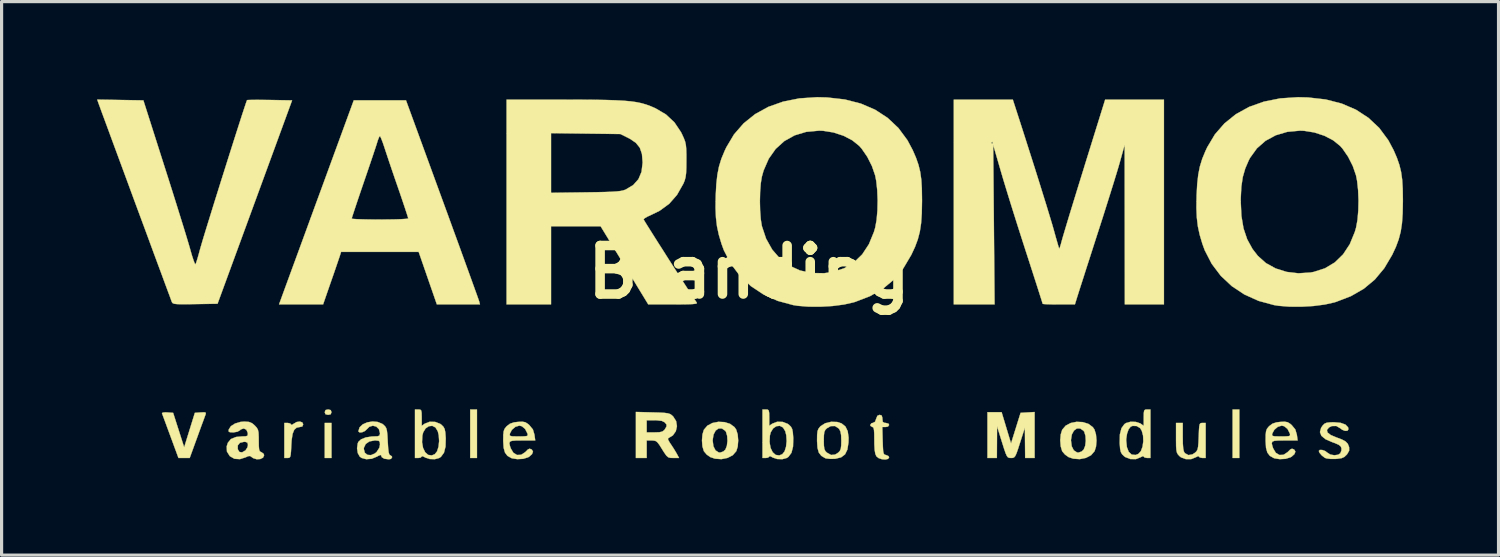
<source format=kicad_pcb>
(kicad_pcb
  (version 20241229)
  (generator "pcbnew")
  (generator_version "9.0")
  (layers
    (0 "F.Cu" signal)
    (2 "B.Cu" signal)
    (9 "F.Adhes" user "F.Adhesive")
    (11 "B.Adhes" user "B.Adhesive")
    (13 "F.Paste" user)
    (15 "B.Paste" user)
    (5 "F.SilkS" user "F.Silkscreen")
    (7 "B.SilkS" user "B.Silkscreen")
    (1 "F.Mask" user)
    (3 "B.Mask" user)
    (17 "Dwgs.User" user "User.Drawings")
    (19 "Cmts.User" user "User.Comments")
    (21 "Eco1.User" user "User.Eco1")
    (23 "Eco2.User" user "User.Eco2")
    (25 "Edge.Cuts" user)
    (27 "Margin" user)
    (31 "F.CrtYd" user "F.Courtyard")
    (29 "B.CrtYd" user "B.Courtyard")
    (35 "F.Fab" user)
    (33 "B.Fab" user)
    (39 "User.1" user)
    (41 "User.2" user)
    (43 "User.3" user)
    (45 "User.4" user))
  (footprint "Branding"
    (layer "F.Cu")
    (at 20.491 5.501)
    (property "Reference" "Branding" (at 0 0 0) (layer "F.SilkS") (effects (font (size 1.524 1.524) (thickness 0.3))))
    (attr through_hole)
    (fp_poly (pts (xy -13.123 5.842) (xy -13.335 5.842) (xy -13.335 4.741) (xy -13.123 4.741) (xy -13.123 5.842)) (stroke (width 0.01) (type solid)) (fill yes) (layer "F.SilkS"))
    (fp_poly (pts (xy -8.551 5.842) (xy -8.763 5.842) (xy -8.763 4.318) (xy -8.551 4.318) (xy -8.551 5.842)) (stroke (width 0.01) (type solid)) (fill yes) (layer "F.SilkS"))
    (fp_poly (pts (xy 15.409 5.842) (xy 15.198 5.842) (xy 15.198 4.318) (xy 15.409 4.318) (xy 15.409 5.842)) (stroke (width 0.01) (type solid)) (fill yes) (layer "F.SilkS"))
    (fp_poly (pts (xy -13.146 4.338) (xy -13.123 4.403) (xy -13.148 4.469) (xy -13.229 4.487) (xy -13.312 4.467) (xy -13.335 4.403) (xy -13.31 4.336) (xy -13.229 4.318) (xy -13.146 4.338)) (stroke (width 0.01) (type solid)) (fill yes) (layer "F.SilkS"))
    (fp_poly (pts (xy -17.074 4.42) (xy -17.075 4.46) (xy -17.08 4.474) (xy -17.104 4.539) (xy -17.151 4.668) (xy -17.217 4.845) (xy -17.293 5.056) (xy -17.344 5.196) (xy -17.579 5.842) (xy -17.932 5.842) (xy -18.184 5.158) (xy -18.268 4.931) (xy -18.341 4.732) (xy -18.4 4.573) (xy -18.438 4.47) (xy -18.451 4.436) (xy -18.423 4.415) (xy -18.335 4.408) (xy -18.283 4.411) (xy -18.1 4.424) (xy -17.753 5.507) (xy -17.417 4.424) (xy -17.233 4.411) (xy -17.121 4.406) (xy -17.074 4.42)) (stroke (width 0.01) (type solid)) (fill yes) (layer "F.SilkS"))
    (fp_poly (pts (xy -14.039 4.725) (xy -14.012 4.784) (xy -14.039 4.852) (xy -14.112 4.868) (xy -14.218 4.889) (xy -14.294 4.957) (xy -14.345 5.083) (xy -14.375 5.277) (xy -14.386 5.442) (xy -14.395 5.628) (xy -14.406 5.745) (xy -14.423 5.809) (xy -14.451 5.836) (xy -14.495 5.842) (xy -14.504 5.842) (xy -14.605 5.842) (xy -14.605 4.741) (xy -14.499 4.741) (xy -14.42 4.758) (xy -14.393 4.79) (xy -14.369 4.805) (xy -14.316 4.769) (xy -14.218 4.712) (xy -14.117 4.698) (xy -14.039 4.725)) (stroke (width 0.01) (type solid)) (fill yes) (layer "F.SilkS"))
    (fp_poly (pts (xy 8.975 5.842) (xy 8.678 5.842) (xy 8.669 4.889) (xy 8.516 5.366) (xy 8.451 5.568) (xy 8.403 5.703) (xy 8.365 5.784) (xy 8.328 5.825) (xy 8.284 5.84) (xy 8.235 5.842) (xy 8.18 5.839) (xy 8.138 5.823) (xy 8.102 5.778) (xy 8.064 5.694) (xy 8.016 5.555) (xy 7.951 5.348) (xy 7.95 5.345) (xy 7.795 4.847) (xy 7.789 5.842) (xy 7.493 5.842) (xy 7.493 4.403) (xy 7.715 4.403) (xy 7.938 4.403) (xy 8.086 4.894) (xy 8.234 5.385) (xy 8.384 4.905) (xy 8.534 4.424) (xy 8.754 4.411) (xy 8.975 4.398) (xy 8.975 5.842)) (stroke (width 0.01) (type solid)) (fill yes) (layer "F.SilkS"))
    (fp_poly (pts (xy 13.631 5.183) (xy 13.634 5.397) (xy 13.645 5.542) (xy 13.664 5.634) (xy 13.695 5.688) (xy 13.698 5.691) (xy 13.809 5.752) (xy 13.935 5.73) (xy 14.018 5.676) (xy 14.064 5.632) (xy 14.095 5.576) (xy 14.113 5.49) (xy 14.125 5.354) (xy 14.133 5.168) (xy 14.14 4.975) (xy 14.149 4.851) (xy 14.164 4.781) (xy 14.189 4.75) (xy 14.229 4.742) (xy 14.249 4.741) (xy 14.351 4.741) (xy 14.351 5.842) (xy 14.245 5.842) (xy 14.166 5.827) (xy 14.139 5.797) (xy 14.111 5.785) (xy 14.045 5.818) (xy 13.896 5.878) (xy 13.727 5.878) (xy 13.575 5.822) (xy 13.524 5.78) (xy 13.478 5.729) (xy 13.448 5.673) (xy 13.431 5.594) (xy 13.422 5.474) (xy 13.42 5.293) (xy 13.42 5.209) (xy 13.42 4.741) (xy 13.631 4.741) (xy 13.631 5.183)) (stroke (width 0.01) (type solid)) (fill yes) (layer "F.SilkS"))
    (fp_poly (pts (xy -0.772 4.715) (xy -0.596 4.77) (xy -0.457 4.873) (xy -0.405 4.948) (xy -0.357 5.102) (xy -0.341 5.293) (xy -0.356 5.483) (xy -0.4 5.627) (xy -0.511 5.755) (xy -0.675 5.84) (xy -0.869 5.879) (xy -1.071 5.864) (xy -1.219 5.814) (xy -1.333 5.733) (xy -1.417 5.632) (xy -1.42 5.626) (xy -1.465 5.478) (xy -1.479 5.292) (xy -1.143 5.292) (xy -1.12 5.474) (xy -1.054 5.603) (xy -0.953 5.668) (xy -0.91 5.673) (xy -0.809 5.639) (xy -0.743 5.579) (xy -0.697 5.462) (xy -0.678 5.307) (xy -0.687 5.15) (xy -0.724 5.023) (xy -0.747 4.988) (xy -0.854 4.914) (xy -0.959 4.916) (xy -1.05 4.982) (xy -1.115 5.105) (xy -1.143 5.274) (xy -1.143 5.292) (xy -1.479 5.292) (xy -1.479 5.291) (xy -1.464 5.104) (xy -1.42 4.957) (xy -1.31 4.827) (xy -1.151 4.743) (xy -0.964 4.706) (xy -0.772 4.715)) (stroke (width 0.01) (type solid)) (fill yes) (layer "F.SilkS"))
    (fp_poly (pts (xy 4.168 4.507) (xy 4.19 4.58) (xy 4.191 4.614) (xy 4.202 4.705) (xy 4.251 4.738) (xy 4.297 4.741) (xy 4.382 4.763) (xy 4.403 4.805) (xy 4.366 4.856) (xy 4.295 4.868) (xy 4.188 4.868) (xy 4.2 5.302) (xy 4.207 5.498) (xy 4.215 5.624) (xy 4.23 5.698) (xy 4.255 5.734) (xy 4.294 5.748) (xy 4.307 5.75) (xy 4.382 5.783) (xy 4.403 5.824) (xy 4.368 5.872) (xy 4.283 5.89) (xy 4.175 5.881) (xy 4.072 5.846) (xy 4.003 5.79) (xy 3.969 5.713) (xy 3.948 5.59) (xy 3.938 5.407) (xy 3.937 5.282) (xy 3.935 5.087) (xy 3.927 4.963) (xy 3.911 4.895) (xy 3.885 4.87) (xy 3.873 4.868) (xy 3.817 4.834) (xy 3.81 4.805) (xy 3.845 4.752) (xy 3.889 4.741) (xy 3.959 4.706) (xy 3.994 4.614) (xy 4.033 4.517) (xy 4.105 4.487) (xy 4.105 4.487) (xy 4.168 4.507)) (stroke (width 0.01) (type solid)) (fill yes) (layer "F.SilkS"))
    (fp_poly (pts (xy 10.488 4.715) (xy 10.665 4.77) (xy 10.804 4.873) (xy 10.856 4.948) (xy 10.903 5.102) (xy 10.92 5.293) (xy 10.905 5.483) (xy 10.86 5.627) (xy 10.75 5.755) (xy 10.586 5.84) (xy 10.392 5.879) (xy 10.189 5.864) (xy 10.041 5.814) (xy 9.928 5.733) (xy 9.843 5.632) (xy 9.84 5.626) (xy 9.796 5.478) (xy 9.781 5.292) (xy 10.118 5.292) (xy 10.141 5.474) (xy 10.207 5.603) (xy 10.308 5.668) (xy 10.351 5.673) (xy 10.452 5.639) (xy 10.517 5.579) (xy 10.564 5.462) (xy 10.583 5.307) (xy 10.574 5.15) (xy 10.537 5.023) (xy 10.513 4.988) (xy 10.407 4.914) (xy 10.302 4.916) (xy 10.211 4.982) (xy 10.145 5.105) (xy 10.118 5.274) (xy 10.118 5.292) (xy 9.781 5.292) (xy 9.781 5.291) (xy 9.796 5.104) (xy 9.841 4.957) (xy 9.951 4.827) (xy 10.11 4.743) (xy 10.296 4.706) (xy 10.488 4.715)) (stroke (width 0.01) (type solid)) (fill yes) (layer "F.SilkS"))
    (fp_poly (pts (xy -10.334 4.323) (xy -10.303 4.352) (xy -10.29 4.425) (xy -10.287 4.561) (xy -10.287 4.574) (xy -10.287 4.831) (xy -10.193 4.765) (xy -10.041 4.706) (xy -9.868 4.708) (xy -9.708 4.769) (xy -9.666 4.8) (xy -9.604 4.862) (xy -9.567 4.932) (xy -9.546 5.034) (xy -9.534 5.193) (xy -9.532 5.217) (xy -9.539 5.482) (xy -9.588 5.677) (xy -9.683 5.806) (xy -9.734 5.841) (xy -9.875 5.88) (xy -10.038 5.875) (xy -10.178 5.828) (xy -10.193 5.818) (xy -10.261 5.784) (xy -10.287 5.797) (xy -10.323 5.831) (xy -10.393 5.842) (xy -10.499 5.842) (xy -10.499 5.348) (xy -10.277 5.348) (xy -10.245 5.527) (xy -10.179 5.662) (xy -10.086 5.745) (xy -9.973 5.762) (xy -9.877 5.724) (xy -9.805 5.635) (xy -9.759 5.489) (xy -9.74 5.311) (xy -9.752 5.127) (xy -9.783 5.001) (xy -9.856 4.883) (xy -9.955 4.832) (xy -10.064 4.844) (xy -10.165 4.913) (xy -10.24 5.035) (xy -10.267 5.139) (xy -10.277 5.348) (xy -10.499 5.348) (xy -10.499 4.318) (xy -10.393 4.318) (xy -10.334 4.323)) (stroke (width 0.01) (type solid)) (fill yes) (layer "F.SilkS"))
    (fp_poly (pts (xy -3.028 4.41) (xy -2.807 4.416) (xy -2.654 4.425) (xy -2.552 4.439) (xy -2.483 4.461) (xy -2.43 4.496) (xy -2.383 4.54) (xy -2.292 4.683) (xy -2.266 4.844) (xy -2.301 5.001) (xy -2.393 5.132) (xy -2.507 5.202) (xy -2.545 5.225) (xy -2.544 5.267) (xy -2.5 5.347) (xy -2.452 5.419) (xy -2.365 5.552) (xy -2.289 5.677) (xy -2.262 5.726) (xy -2.199 5.842) (xy -2.381 5.842) (xy -2.476 5.839) (xy -2.542 5.819) (xy -2.6 5.767) (xy -2.669 5.668) (xy -2.732 5.567) (xy -2.82 5.427) (xy -2.885 5.345) (xy -2.944 5.305) (xy -3.015 5.293) (xy -3.059 5.292) (xy -3.217 5.292) (xy -3.217 5.842) (xy -3.556 5.842) (xy -3.556 4.657) (xy -3.217 4.657) (xy -3.217 5.038) (xy -2.966 5.038) (xy -2.816 5.033) (xy -2.726 5.012) (xy -2.668 4.969) (xy -2.648 4.944) (xy -2.594 4.853) (xy -2.594 4.791) (xy -2.649 4.723) (xy -2.741 4.677) (xy -2.903 4.658) (xy -2.966 4.657) (xy -3.217 4.657) (xy -3.556 4.657) (xy -3.556 4.396) (xy -3.028 4.41)) (stroke (width 0.01) (type solid)) (fill yes) (layer "F.SilkS"))
    (fp_poly (pts (xy 0.588 4.323) (xy 0.619 4.352) (xy 0.632 4.425) (xy 0.635 4.561) (xy 0.635 4.574) (xy 0.635 4.831) (xy 0.729 4.765) (xy 0.881 4.706) (xy 1.054 4.708) (xy 1.214 4.769) (xy 1.256 4.8) (xy 1.318 4.862) (xy 1.355 4.932) (xy 1.376 5.034) (xy 1.388 5.193) (xy 1.39 5.217) (xy 1.383 5.482) (xy 1.334 5.677) (xy 1.239 5.806) (xy 1.188 5.841) (xy 1.047 5.88) (xy 0.884 5.875) (xy 0.744 5.828) (xy 0.729 5.818) (xy 0.661 5.784) (xy 0.635 5.797) (xy 0.599 5.831) (xy 0.529 5.842) (xy 0.423 5.842) (xy 0.423 5.348) (xy 0.645 5.348) (xy 0.677 5.527) (xy 0.743 5.662) (xy 0.836 5.745) (xy 0.949 5.762) (xy 1.045 5.724) (xy 1.117 5.635) (xy 1.163 5.489) (xy 1.182 5.311) (xy 1.17 5.127) (xy 1.139 5.001) (xy 1.066 4.883) (xy 0.967 4.832) (xy 0.858 4.844) (xy 0.757 4.913) (xy 0.682 5.035) (xy 0.655 5.139) (xy 0.645 5.348) (xy 0.423 5.348) (xy 0.423 4.318) (xy 0.529 4.318) (xy 0.588 4.323)) (stroke (width 0.01) (type solid)) (fill yes) (layer "F.SilkS"))
    (fp_poly (pts (xy 2.77 4.711) (xy 2.908 4.756) (xy 3.029 4.853) (xy 3.101 5) (xy 3.129 5.205) (xy 3.125 5.356) (xy 3.091 5.577) (xy 3.017 5.729) (xy 2.894 5.822) (xy 2.715 5.866) (xy 2.681 5.869) (xy 2.541 5.87) (xy 2.425 5.857) (xy 2.392 5.847) (xy 2.271 5.774) (xy 2.193 5.673) (xy 2.152 5.526) (xy 2.138 5.316) (xy 2.138 5.292) (xy 2.349 5.292) (xy 2.353 5.456) (xy 2.367 5.559) (xy 2.397 5.625) (xy 2.449 5.676) (xy 2.579 5.748) (xy 2.702 5.737) (xy 2.8 5.677) (xy 2.853 5.623) (xy 2.883 5.554) (xy 2.897 5.447) (xy 2.9 5.3) (xy 2.894 5.125) (xy 2.873 5.01) (xy 2.833 4.932) (xy 2.819 4.915) (xy 2.701 4.838) (xy 2.567 4.841) (xy 2.449 4.907) (xy 2.396 4.96) (xy 2.366 5.026) (xy 2.353 5.13) (xy 2.349 5.292) (xy 2.138 5.292) (xy 2.138 5.288) (xy 2.14 5.116) (xy 2.152 5.004) (xy 2.179 4.929) (xy 2.228 4.866) (xy 2.25 4.842) (xy 2.394 4.751) (xy 2.579 4.706) (xy 2.77 4.711)) (stroke (width 0.01) (type solid)) (fill yes) (layer "F.SilkS"))
    (fp_poly (pts (xy 12.615 5.842) (xy 12.509 5.842) (xy 12.43 5.827) (xy 12.404 5.797) (xy 12.375 5.785) (xy 12.31 5.818) (xy 12.158 5.878) (xy 11.985 5.876) (xy 11.825 5.814) (xy 11.783 5.783) (xy 11.721 5.721) (xy 11.683 5.652) (xy 11.662 5.55) (xy 11.65 5.391) (xy 11.649 5.366) (xy 11.651 5.292) (xy 11.853 5.292) (xy 11.875 5.502) (xy 11.934 5.652) (xy 12.027 5.736) (xy 12.147 5.748) (xy 12.234 5.715) (xy 12.314 5.629) (xy 12.367 5.488) (xy 12.391 5.317) (xy 12.384 5.142) (xy 12.343 4.988) (xy 12.291 4.903) (xy 12.182 4.838) (xy 12.055 4.834) (xy 11.994 4.859) (xy 11.929 4.941) (xy 11.88 5.078) (xy 11.855 5.243) (xy 11.853 5.292) (xy 11.651 5.292) (xy 11.655 5.101) (xy 11.705 4.906) (xy 11.799 4.777) (xy 11.851 4.743) (xy 11.992 4.704) (xy 12.155 4.709) (xy 12.295 4.755) (xy 12.31 4.765) (xy 12.404 4.831) (xy 12.404 4.574) (xy 12.406 4.433) (xy 12.418 4.356) (xy 12.448 4.324) (xy 12.504 4.318) (xy 12.509 4.318) (xy 12.615 4.318) (xy 12.615 5.842)) (stroke (width 0.01) (type solid)) (fill yes) (layer "F.SilkS"))
    (fp_poly (pts (xy 18.595 4.739) (xy 18.744 4.793) (xy 18.826 4.878) (xy 18.838 4.938) (xy 18.807 4.986) (xy 18.732 4.99) (xy 18.641 4.955) (xy 18.584 4.911) (xy 18.458 4.837) (xy 18.316 4.839) (xy 18.228 4.882) (xy 18.162 4.961) (xy 18.18 5.041) (xy 18.28 5.12) (xy 18.454 5.194) (xy 18.634 5.262) (xy 18.749 5.325) (xy 18.817 5.396) (xy 18.855 5.49) (xy 18.86 5.508) (xy 18.86 5.614) (xy 18.797 5.723) (xy 18.784 5.738) (xy 18.71 5.809) (xy 18.623 5.848) (xy 18.493 5.867) (xy 18.432 5.872) (xy 18.277 5.872) (xy 18.15 5.856) (xy 18.098 5.838) (xy 18.001 5.764) (xy 17.929 5.679) (xy 17.907 5.622) (xy 17.939 5.589) (xy 18.015 5.591) (xy 18.103 5.622) (xy 18.172 5.673) (xy 18.268 5.734) (xy 18.395 5.757) (xy 18.516 5.74) (xy 18.582 5.696) (xy 18.618 5.607) (xy 18.619 5.537) (xy 18.595 5.478) (xy 18.531 5.427) (xy 18.408 5.373) (xy 18.331 5.346) (xy 18.118 5.253) (xy 17.989 5.147) (xy 17.943 5.028) (xy 17.979 4.895) (xy 18.03 4.82) (xy 18.087 4.764) (xy 18.159 4.734) (xy 18.274 4.722) (xy 18.386 4.72) (xy 18.595 4.739)) (stroke (width 0.01) (type solid)) (fill yes) (layer "F.SilkS"))
    (fp_poly (pts (xy -7.033 4.719) (xy -6.951 4.77) (xy -6.904 4.811) (xy -6.793 4.946) (xy -6.744 5.112) (xy -6.72 5.292) (xy -7.128 5.292) (xy -7.326 5.293) (xy -7.451 5.303) (xy -7.516 5.331) (xy -7.532 5.383) (xy -7.513 5.47) (xy -7.489 5.54) (xy -7.407 5.679) (xy -7.293 5.748) (xy -7.163 5.743) (xy -7.034 5.659) (xy -7.027 5.652) (xy -6.949 5.574) (xy -6.896 5.551) (xy -6.84 5.572) (xy -6.825 5.581) (xy -6.79 5.642) (xy -6.821 5.722) (xy -6.909 5.801) (xy -6.946 5.822) (xy -7.099 5.869) (xy -7.282 5.879) (xy -7.448 5.853) (xy -7.472 5.844) (xy -7.593 5.775) (xy -7.67 5.673) (xy -7.712 5.524) (xy -7.726 5.311) (xy -7.726 5.288) (xy -7.723 5.119) (xy -7.523 5.119) (xy -7.506 5.147) (xy -7.446 5.161) (xy -7.326 5.164) (xy -7.239 5.165) (xy -7.083 5.163) (xy -6.995 5.155) (xy -6.959 5.135) (xy -6.958 5.097) (xy -6.966 5.069) (xy -7.038 4.929) (xy -7.142 4.844) (xy -7.22 4.826) (xy -7.344 4.863) (xy -7.453 4.957) (xy -7.513 5.069) (xy -7.523 5.119) (xy -7.723 5.119) (xy -7.723 5.116) (xy -7.712 5.005) (xy -7.684 4.929) (xy -7.636 4.866) (xy -7.612 4.841) (xy -7.512 4.765) (xy -7.385 4.723) (xy -7.269 4.709) (xy -7.127 4.702) (xy -7.033 4.719)) (stroke (width 0.01) (type solid)) (fill yes) (layer "F.SilkS"))
    (fp_poly (pts (xy 16.927 4.719) (xy 17.01 4.77) (xy 17.057 4.811) (xy 17.168 4.946) (xy 17.217 5.112) (xy 17.241 5.292) (xy 16.833 5.292) (xy 16.635 5.293) (xy 16.51 5.303) (xy 16.445 5.331) (xy 16.428 5.383) (xy 16.448 5.47) (xy 16.472 5.54) (xy 16.554 5.679) (xy 16.668 5.748) (xy 16.798 5.743) (xy 16.926 5.659) (xy 16.933 5.652) (xy 17.012 5.574) (xy 17.065 5.551) (xy 17.12 5.572) (xy 17.136 5.581) (xy 17.171 5.642) (xy 17.14 5.722) (xy 17.052 5.801) (xy 17.015 5.822) (xy 16.862 5.869) (xy 16.679 5.879) (xy 16.513 5.853) (xy 16.489 5.844) (xy 16.368 5.775) (xy 16.29 5.673) (xy 16.248 5.524) (xy 16.235 5.311) (xy 16.235 5.288) (xy 16.237 5.119) (xy 16.437 5.119) (xy 16.454 5.147) (xy 16.515 5.161) (xy 16.635 5.164) (xy 16.722 5.165) (xy 16.878 5.163) (xy 16.966 5.155) (xy 17.002 5.135) (xy 17.002 5.097) (xy 16.995 5.069) (xy 16.923 4.929) (xy 16.819 4.844) (xy 16.741 4.826) (xy 16.617 4.863) (xy 16.508 4.957) (xy 16.447 5.069) (xy 16.437 5.119) (xy 16.237 5.119) (xy 16.237 5.116) (xy 16.249 5.005) (xy 16.276 4.929) (xy 16.325 4.866) (xy 16.349 4.841) (xy 16.449 4.765) (xy 16.576 4.723) (xy 16.692 4.709) (xy 16.833 4.702) (xy 16.927 4.719)) (stroke (width 0.01) (type solid)) (fill yes) (layer "F.SilkS"))
    (fp_poly (pts (xy -15.718 4.709) (xy -15.617 4.751) (xy -15.533 4.823) (xy -15.472 4.89) (xy -15.435 4.956) (xy -15.416 5.044) (xy -15.41 5.179) (xy -15.409 5.292) (xy -15.407 5.465) (xy -15.398 5.571) (xy -15.379 5.628) (xy -15.344 5.654) (xy -15.325 5.66) (xy -15.256 5.71) (xy -15.24 5.758) (xy -15.275 5.833) (xy -15.363 5.876) (xy -15.475 5.882) (xy -15.585 5.847) (xy -15.622 5.82) (xy -15.681 5.78) (xy -15.744 5.786) (xy -15.816 5.82) (xy -16 5.879) (xy -16.173 5.868) (xy -16.316 5.786) (xy -16.321 5.78) (xy -16.409 5.64) (xy -16.412 5.566) (xy -16.069 5.566) (xy -16.018 5.653) (xy -15.933 5.666) (xy -15.828 5.605) (xy -15.825 5.603) (xy -15.764 5.508) (xy -15.748 5.433) (xy -15.764 5.361) (xy -15.828 5.336) (xy -15.87 5.334) (xy -15.999 5.364) (xy -16.068 5.447) (xy -16.069 5.566) (xy -16.412 5.566) (xy -16.416 5.476) (xy -16.378 5.362) (xy -16.283 5.247) (xy -16.122 5.182) (xy -15.934 5.165) (xy -15.817 5.161) (xy -15.763 5.142) (xy -15.752 5.092) (xy -15.756 5.048) (xy -15.799 4.953) (xy -15.88 4.915) (xy -15.971 4.944) (xy -16 4.972) (xy -16.082 5.018) (xy -16.208 5.038) (xy -16.215 5.038) (xy -16.318 5.032) (xy -16.357 5.007) (xy -16.352 4.949) (xy -16.284 4.843) (xy -16.154 4.76) (xy -15.983 4.709) (xy -15.861 4.699) (xy -15.718 4.709)) (stroke (width 0.01) (type solid)) (fill yes) (layer "F.SilkS"))
    (fp_poly (pts (xy -11.671 4.71) (xy -11.525 4.77) (xy -11.49 4.797) (xy -11.438 4.848) (xy -11.403 4.904) (xy -11.381 4.985) (xy -11.367 5.11) (xy -11.356 5.299) (xy -11.355 5.326) (xy -11.342 5.533) (xy -11.326 5.666) (xy -11.304 5.737) (xy -11.276 5.757) (xy -11.225 5.791) (xy -11.218 5.821) (xy -11.255 5.872) (xy -11.321 5.884) (xy -11.463 5.866) (xy -11.544 5.816) (xy -11.557 5.775) (xy -11.575 5.746) (xy -11.636 5.767) (xy -11.695 5.8) (xy -11.859 5.867) (xy -12.029 5.881) (xy -12.175 5.842) (xy -12.234 5.8) (xy -12.297 5.687) (xy -12.316 5.558) (xy -12.107 5.558) (xy -12.076 5.677) (xy -11.994 5.744) (xy -11.882 5.753) (xy -11.758 5.7) (xy -11.703 5.653) (xy -11.618 5.52) (xy -11.599 5.421) (xy -11.606 5.338) (xy -11.642 5.301) (xy -11.731 5.292) (xy -11.769 5.292) (xy -11.931 5.322) (xy -12.048 5.403) (xy -12.105 5.523) (xy -12.107 5.558) (xy -12.316 5.558) (xy -12.319 5.536) (xy -12.299 5.387) (xy -12.278 5.336) (xy -12.191 5.255) (xy -12.042 5.196) (xy -11.851 5.167) (xy -11.784 5.165) (xy -11.668 5.16) (xy -11.615 5.137) (xy -11.6 5.082) (xy -11.599 5.062) (xy -11.632 4.937) (xy -11.715 4.856) (xy -11.824 4.828) (xy -11.934 4.861) (xy -12.005 4.932) (xy -12.072 4.995) (xy -12.159 5.034) (xy -12.236 5.041) (xy -12.276 5.009) (xy -12.277 4.999) (xy -12.239 4.879) (xy -12.139 4.785) (xy -11.998 4.723) (xy -11.835 4.696) (xy -11.671 4.71)) (stroke (width 0.01) (type solid)) (fill yes) (layer "F.SilkS"))
    (fp_poly (pts (xy -19.761 -5.409) (xy -19.035 -5.397) (xy -18.367 -3.302) (xy -18.232 -2.879) (xy -18.101 -2.465) (xy -17.977 -2.069) (xy -17.863 -1.703) (xy -17.761 -1.375) (xy -17.676 -1.096) (xy -17.61 -0.876) (xy -17.566 -0.725) (xy -17.562 -0.709) (xy -17.508 -0.521) (xy -17.459 -0.371) (xy -17.421 -0.273) (xy -17.399 -0.242) (xy -17.398 -0.243) (xy -17.376 -0.295) (xy -17.339 -0.411) (xy -17.293 -0.572) (xy -17.253 -0.72) (xy -17.222 -0.828) (xy -17.171 -1.001) (xy -17.102 -1.229) (xy -17.017 -1.505) (xy -16.92 -1.818) (xy -16.814 -2.161) (xy -16.7 -2.525) (xy -16.582 -2.901) (xy -16.462 -3.281) (xy -16.344 -3.655) (xy -16.23 -4.014) (xy -16.123 -4.351) (xy -16.025 -4.656) (xy -15.94 -4.921) (xy -15.869 -5.137) (xy -15.817 -5.294) (xy -15.785 -5.385) (xy -15.776 -5.405) (xy -15.731 -5.409) (xy -15.615 -5.412) (xy -15.443 -5.413) (xy -15.23 -5.411) (xy -15.06 -5.409) (xy -14.361 -5.397) (xy -15.532 -2.201) (xy -16.704 0.995) (xy -17.406 1.006) (xy -17.667 1.01) (xy -17.855 1.01) (xy -17.983 1.006) (xy -18.064 0.996) (xy -18.11 0.979) (xy -18.133 0.954) (xy -18.138 0.943) (xy -18.158 0.891) (xy -18.203 0.768) (xy -18.273 0.58) (xy -18.364 0.335) (xy -18.472 0.041) (xy -18.597 -0.295) (xy -18.734 -0.665) (xy -18.88 -1.063) (xy -19.034 -1.48) (xy -19.193 -1.908) (xy -19.353 -2.341) (xy -19.511 -2.771) (xy -19.666 -3.191) (xy -19.814 -3.592) (xy -19.953 -3.968) (xy -20.079 -4.31) (xy -20.19 -4.612) (xy -20.284 -4.866) (xy -20.357 -5.064) (xy -20.406 -5.199) (xy -20.429 -5.261) (xy -20.486 -5.421) (xy -19.761 -5.409)) (stroke (width 0.01) (type solid)) (fill yes) (layer "F.SilkS"))
    (fp_poly (pts (xy -9.644 -2.286) (xy -9.464 -1.794) (xy -9.293 -1.323) (xy -9.131 -0.88) (xy -8.983 -0.471) (xy -8.849 -0.102) (xy -8.733 0.219) (xy -8.636 0.488) (xy -8.56 0.698) (xy -8.509 0.842) (xy -8.484 0.915) (xy -8.482 0.921) (xy -8.457 1.016) (xy -9.811 1.016) (xy -10.097 0.191) (xy -10.383 -0.635) (xy -12.821 -0.635) (xy -12.851 -0.54) (xy -12.874 -0.47) (xy -12.92 -0.335) (xy -12.983 -0.15) (xy -13.059 0.071) (xy -13.134 0.286) (xy -13.387 1.016) (xy -14.771 1.016) (xy -14.644 0.667) (xy -14.608 0.569) (xy -14.546 0.399) (xy -14.46 0.164) (xy -14.353 -0.128) (xy -14.227 -0.471) (xy -14.086 -0.856) (xy -13.932 -1.276) (xy -13.784 -1.681) (xy -12.488 -1.681) (xy -12.448 -1.672) (xy -12.335 -1.664) (xy -12.163 -1.658) (xy -11.943 -1.653) (xy -11.688 -1.651) (xy -11.599 -1.651) (xy -11.335 -1.653) (xy -11.102 -1.657) (xy -10.913 -1.664) (xy -10.78 -1.673) (xy -10.715 -1.683) (xy -10.71 -1.686) (xy -10.724 -1.735) (xy -10.761 -1.851) (xy -10.818 -2.024) (xy -10.891 -2.242) (xy -10.976 -2.492) (xy -11.023 -2.628) (xy -11.123 -2.917) (xy -11.221 -3.204) (xy -11.311 -3.47) (xy -11.387 -3.699) (xy -11.444 -3.87) (xy -11.455 -3.905) (xy -11.51 -4.067) (xy -11.558 -4.193) (xy -11.592 -4.265) (xy -11.601 -4.276) (xy -11.628 -4.239) (xy -11.665 -4.147) (xy -11.681 -4.096) (xy -11.708 -4.008) (xy -11.759 -3.853) (xy -11.829 -3.643) (xy -11.914 -3.391) (xy -12.01 -3.109) (xy -12.111 -2.814) (xy -12.21 -2.524) (xy -12.299 -2.261) (xy -12.375 -2.034) (xy -12.434 -1.855) (xy -12.473 -1.735) (xy -12.488 -1.682) (xy -12.488 -1.681) (xy -13.784 -1.681) (xy -13.768 -1.725) (xy -13.596 -2.195) (xy -13.469 -2.54) (xy -12.423 -5.397) (xy -10.781 -5.397) (xy -9.644 -2.286)) (stroke (width 0.01) (type solid)) (fill yes) (layer "F.SilkS"))
    (fp_poly (pts (xy -5.296 -5.418) (xy -4.863 -5.415) (xy -4.497 -5.409) (xy -4.191 -5.399) (xy -3.934 -5.385) (xy -3.719 -5.366) (xy -3.536 -5.34) (xy -3.378 -5.307) (xy -3.236 -5.266) (xy -3.101 -5.217) (xy -2.964 -5.158) (xy -2.94 -5.147) (xy -2.61 -4.953) (xy -2.344 -4.704) (xy -2.138 -4.397) (xy -2.103 -4.326) (xy -2.047 -4.203) (xy -2.009 -4.101) (xy -1.986 -3.997) (xy -1.974 -3.869) (xy -1.969 -3.696) (xy -1.969 -3.514) (xy -1.971 -3.281) (xy -1.978 -3.112) (xy -1.994 -2.987) (xy -2.021 -2.884) (xy -2.061 -2.784) (xy -2.066 -2.775) (xy -2.263 -2.428) (xy -2.508 -2.148) (xy -2.81 -1.927) (xy -3.076 -1.797) (xy -3.203 -1.739) (xy -3.288 -1.687) (xy -3.314 -1.656) (xy -3.29 -1.614) (xy -3.227 -1.511) (xy -3.13 -1.356) (xy -3.006 -1.159) (xy -2.861 -0.93) (xy -2.701 -0.68) (xy -2.534 -0.416) (xy -2.363 -0.15) (xy -2.198 0.108) (xy -2.042 0.35) (xy -1.903 0.565) (xy -1.787 0.743) (xy -1.7 0.876) (xy -1.649 0.952) (xy -1.64 0.963) (xy -1.641 0.982) (xy -1.685 0.996) (xy -1.78 1.006) (xy -1.936 1.012) (xy -2.161 1.015) (xy -2.383 1.016) (xy -3.167 1.016) (xy -3.916 -0.212) (xy -4.664 -1.439) (xy -6.223 -1.439) (xy -6.223 1.016) (xy -7.62 1.016) (xy -7.62 -2.491) (xy -6.223 -2.491) (xy -5.133 -2.506) (xy -4.79 -2.511) (xy -4.521 -2.517) (xy -4.314 -2.525) (xy -4.159 -2.535) (xy -4.045 -2.548) (xy -3.96 -2.565) (xy -3.893 -2.587) (xy -3.874 -2.595) (xy -3.64 -2.736) (xy -3.476 -2.919) (xy -3.379 -3.15) (xy -3.345 -3.435) (xy -3.345 -3.459) (xy -3.366 -3.714) (xy -3.433 -3.909) (xy -3.556 -4.062) (xy -3.747 -4.191) (xy -3.789 -4.212) (xy -4.043 -4.339) (xy -5.133 -4.353) (xy -6.223 -4.367) (xy -6.223 -2.491) (xy -7.62 -2.491) (xy -7.62 -5.419) (xy -5.805 -5.419) (xy -5.296 -5.418)) (stroke (width 0.01) (type solid)) (fill yes) (layer "F.SilkS"))
    (fp_poly (pts (xy 8.376 -5.154) (xy 8.527 -4.687) (xy 8.679 -4.213) (xy 8.829 -3.742) (xy 8.975 -3.285) (xy 9.112 -2.849) (xy 9.238 -2.444) (xy 9.351 -2.081) (xy 9.446 -1.767) (xy 9.523 -1.513) (xy 9.576 -1.328) (xy 9.585 -1.296) (xy 9.641 -1.094) (xy 9.69 -0.924) (xy 9.726 -0.8) (xy 9.746 -0.74) (xy 9.748 -0.736) (xy 9.765 -0.767) (xy 9.795 -0.86) (xy 9.832 -0.996) (xy 9.835 -1.007) (xy 9.862 -1.103) (xy 9.912 -1.271) (xy 9.981 -1.502) (xy 10.067 -1.787) (xy 10.168 -2.116) (xy 10.28 -2.481) (xy 10.401 -2.873) (xy 10.528 -3.282) (xy 10.55 -3.355) (xy 11.192 -5.419) (xy 13.039 -5.419) (xy 13.039 1.016) (xy 11.811 1.016) (xy 11.808 -1.492) (xy 11.805 -4) (xy 11.658 -3.471) (xy 11.613 -3.314) (xy 11.545 -3.088) (xy 11.458 -2.805) (xy 11.356 -2.478) (xy 11.243 -2.119) (xy 11.123 -1.739) (xy 10.998 -1.351) (xy 10.958 -1.228) (xy 10.837 -0.852) (xy 10.722 -0.493) (xy 10.614 -0.159) (xy 10.519 0.139) (xy 10.438 0.391) (xy 10.375 0.587) (xy 10.334 0.717) (xy 10.323 0.751) (xy 10.241 1.016) (xy 9.735 1.016) (xy 9.539 1.015) (xy 9.379 1.011) (xy 9.27 1.005) (xy 9.229 0.998) (xy 9.229 0.998) (xy 9.216 0.955) (xy 9.18 0.84) (xy 9.123 0.662) (xy 9.049 0.429) (xy 8.959 0.15) (xy 8.857 -0.167) (xy 8.745 -0.514) (xy 8.696 -0.664) (xy 8.568 -1.062) (xy 8.437 -1.472) (xy 8.309 -1.878) (xy 8.188 -2.265) (xy 8.08 -2.617) (xy 7.988 -2.919) (xy 7.919 -3.154) (xy 7.673 -4) (xy 7.695 -1.492) (xy 7.717 1.016) (xy 6.435 1.016) (xy 6.435 -4.064) (xy 7.62 -4.064) (xy 7.635 -4.029) (xy 7.648 -4.036) (xy 7.653 -4.086) (xy 7.648 -4.092) (xy 7.623 -4.086) (xy 7.62 -4.064) (xy 6.435 -4.064) (xy 6.435 -5.419) (xy 8.29 -5.419) (xy 8.376 -5.154)) (stroke (width 0.01) (type solid)) (fill yes) (layer "F.SilkS"))
    (fp_poly (pts (xy 2.455 -5.488) (xy 3.01 -5.425) (xy 3.513 -5.296) (xy 3.962 -5.103) (xy 4.356 -4.846) (xy 4.695 -4.527) (xy 4.977 -4.146) (xy 5.145 -3.831) (xy 5.249 -3.59) (xy 5.326 -3.368) (xy 5.38 -3.146) (xy 5.414 -2.903) (xy 5.431 -2.619) (xy 5.436 -2.274) (xy 5.436 -2.223) (xy 5.429 -1.849) (xy 5.408 -1.539) (xy 5.368 -1.273) (xy 5.305 -1.03) (xy 5.216 -0.79) (xy 5.099 -0.54) (xy 4.85 -0.12) (xy 4.555 0.234) (xy 4.207 0.524) (xy 3.802 0.757) (xy 3.333 0.937) (xy 3.28 0.953) (xy 2.98 1.02) (xy 2.627 1.066) (xy 2.249 1.088) (xy 1.876 1.087) (xy 1.535 1.06) (xy 1.389 1.037) (xy 0.901 0.905) (xy 0.455 0.704) (xy 0.057 0.44) (xy -0.287 0.117) (xy -0.572 -0.26) (xy -0.791 -0.685) (xy -0.864 -0.884) (xy -0.949 -1.169) (xy -1.007 -1.437) (xy -1.04 -1.713) (xy -1.053 -2.022) (xy -1.05 -2.224) (xy 0.341 -2.224) (xy 0.348 -1.93) (xy 0.368 -1.663) (xy 0.402 -1.451) (xy 0.402 -1.449) (xy 0.535 -1.051) (xy 0.727 -0.708) (xy 0.973 -0.424) (xy 1.266 -0.204) (xy 1.599 -0.051) (xy 1.967 0.03) (xy 2.362 0.035) (xy 2.633 -0.005) (xy 2.988 -0.119) (xy 3.297 -0.304) (xy 3.557 -0.557) (xy 3.767 -0.876) (xy 3.925 -1.26) (xy 3.965 -1.397) (xy 4.009 -1.638) (xy 4.035 -1.934) (xy 4.042 -2.255) (xy 4.029 -2.574) (xy 3.998 -2.862) (xy 3.964 -3.037) (xy 3.862 -3.333) (xy 3.714 -3.626) (xy 3.539 -3.88) (xy 3.463 -3.966) (xy 3.244 -4.142) (xy 2.966 -4.286) (xy 2.654 -4.388) (xy 2.33 -4.44) (xy 2.205 -4.445) (xy 1.797 -4.407) (xy 1.431 -4.297) (xy 1.109 -4.117) (xy 0.837 -3.871) (xy 0.619 -3.562) (xy 0.458 -3.194) (xy 0.402 -2.996) (xy 0.368 -2.785) (xy 0.348 -2.519) (xy 0.341 -2.224) (xy -1.05 -2.224) (xy -1.047 -2.387) (xy -1.047 -2.407) (xy -1.028 -2.765) (xy -0.995 -3.061) (xy -0.944 -3.318) (xy -0.87 -3.56) (xy -0.767 -3.808) (xy -0.714 -3.921) (xy -0.472 -4.327) (xy -0.169 -4.675) (xy 0.191 -4.964) (xy 0.605 -5.192) (xy 1.07 -5.357) (xy 1.582 -5.459) (xy 2.14 -5.496) (xy 2.455 -5.488)) (stroke (width 0.01) (type solid)) (fill yes) (layer "F.SilkS"))
    (fp_poly (pts (xy 17.568 -5.488) (xy 18.123 -5.425) (xy 18.626 -5.296) (xy 19.075 -5.103) (xy 19.469 -4.846) (xy 19.808 -4.527) (xy 20.09 -4.146) (xy 20.258 -3.831) (xy 20.362 -3.59) (xy 20.439 -3.368) (xy 20.493 -3.146) (xy 20.527 -2.903) (xy 20.544 -2.619) (xy 20.549 -2.274) (xy 20.549 -2.223) (xy 20.542 -1.849) (xy 20.521 -1.539) (xy 20.481 -1.273) (xy 20.418 -1.03) (xy 20.329 -0.79) (xy 20.212 -0.54) (xy 19.963 -0.12) (xy 19.668 0.234) (xy 19.32 0.524) (xy 18.915 0.757) (xy 18.446 0.937) (xy 18.393 0.953) (xy 18.093 1.02) (xy 17.74 1.066) (xy 17.362 1.088) (xy 16.989 1.087) (xy 16.648 1.06) (xy 16.502 1.037) (xy 16.014 0.905) (xy 15.568 0.704) (xy 15.17 0.44) (xy 14.826 0.117) (xy 14.541 -0.26) (xy 14.322 -0.685) (xy 14.249 -0.884) (xy 14.164 -1.169) (xy 14.106 -1.437) (xy 14.073 -1.713) (xy 14.06 -2.022) (xy 14.063 -2.223) (xy 15.453 -2.223) (xy 15.474 -1.767) (xy 15.54 -1.374) (xy 15.655 -1.032) (xy 15.822 -0.727) (xy 15.993 -0.507) (xy 16.246 -0.282) (xy 16.551 -0.114) (xy 16.895 -0.006) (xy 17.264 0.038) (xy 17.643 0.014) (xy 17.746 -0.005) (xy 18.101 -0.119) (xy 18.41 -0.304) (xy 18.67 -0.557) (xy 18.88 -0.876) (xy 19.038 -1.26) (xy 19.078 -1.397) (xy 19.122 -1.638) (xy 19.148 -1.934) (xy 19.155 -2.255) (xy 19.142 -2.574) (xy 19.111 -2.862) (xy 19.077 -3.037) (xy 18.975 -3.333) (xy 18.827 -3.626) (xy 18.652 -3.88) (xy 18.576 -3.966) (xy 18.357 -4.142) (xy 18.079 -4.286) (xy 17.767 -4.388) (xy 17.443 -4.44) (xy 17.318 -4.445) (xy 16.918 -4.408) (xy 16.553 -4.3) (xy 16.232 -4.126) (xy 15.961 -3.888) (xy 15.746 -3.59) (xy 15.708 -3.518) (xy 15.595 -3.257) (xy 15.517 -2.986) (xy 15.472 -2.683) (xy 15.454 -2.326) (xy 15.453 -2.223) (xy 14.063 -2.223) (xy 14.066 -2.387) (xy 14.066 -2.407) (xy 14.085 -2.765) (xy 14.118 -3.061) (xy 14.169 -3.318) (xy 14.243 -3.56) (xy 14.346 -3.808) (xy 14.399 -3.921) (xy 14.641 -4.327) (xy 14.944 -4.675) (xy 15.304 -4.964) (xy 15.718 -5.192) (xy 16.183 -5.357) (xy 16.695 -5.459) (xy 17.253 -5.496) (xy 17.568 -5.488)) (stroke (width 0.01) (type solid)) (fill yes) (layer "F.SilkS")))
  (gr_rect
    (start -3 -3)
    (end 44.046 14.396)
    (stroke (width 0.1) (type default))
    (fill no)
    (layer "Edge.Cuts")))
</source>
